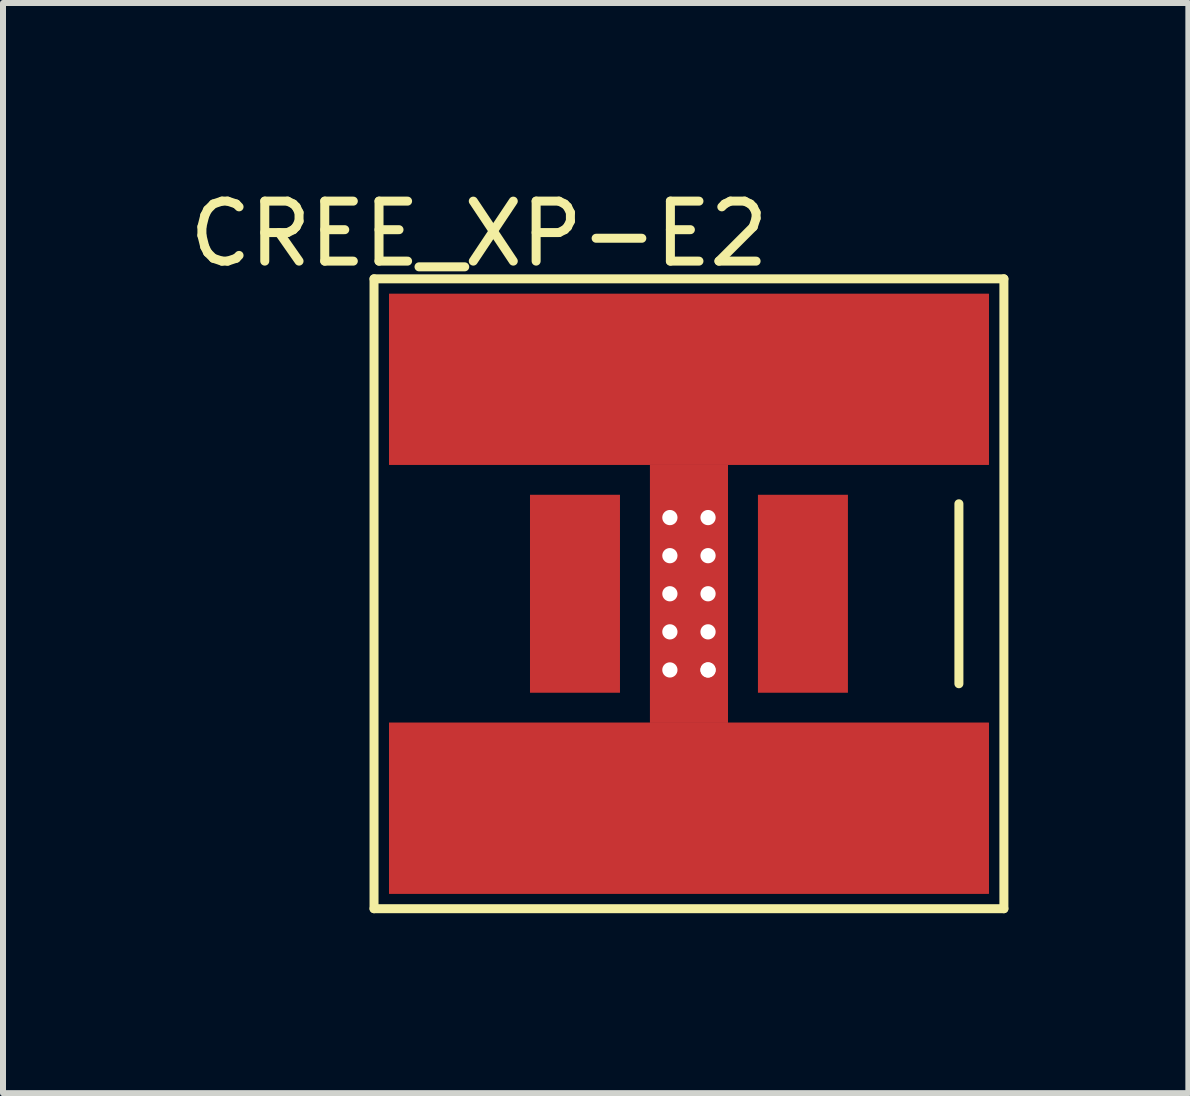
<source format=kicad_pcb>
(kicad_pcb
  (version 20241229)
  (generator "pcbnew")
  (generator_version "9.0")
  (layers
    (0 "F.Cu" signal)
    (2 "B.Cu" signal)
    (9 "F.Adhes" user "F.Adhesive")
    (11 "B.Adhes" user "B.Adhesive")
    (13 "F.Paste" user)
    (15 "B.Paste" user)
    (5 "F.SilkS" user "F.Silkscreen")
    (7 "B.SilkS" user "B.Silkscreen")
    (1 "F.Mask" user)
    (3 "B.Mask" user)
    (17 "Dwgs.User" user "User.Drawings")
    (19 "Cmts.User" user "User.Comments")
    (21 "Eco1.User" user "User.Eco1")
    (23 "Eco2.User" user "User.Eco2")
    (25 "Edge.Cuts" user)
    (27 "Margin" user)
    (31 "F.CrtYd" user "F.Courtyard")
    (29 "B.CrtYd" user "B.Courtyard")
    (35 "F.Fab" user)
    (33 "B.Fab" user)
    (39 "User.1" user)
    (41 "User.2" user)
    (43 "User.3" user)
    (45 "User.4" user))
  (footprint "CREE_XP-E2"
    (layer "F.Cu")
    (at 8.435 6.848)
    (property "Reference" "CREE_XP-E2" (at -3.5 -6 0) (layer "F.SilkS") (effects (font (size 1 1) (thickness 0.15))))
    (attr through_hole)
    (fp_line (start -5.25 -5.25) (end 5.25 -5.25) (stroke (width 0.15) (type solid)) (layer "F.SilkS"))
    (fp_line (start -5.25 5.25) (end -5.25 -5.25) (stroke (width 0.15) (type solid)) (layer "F.SilkS"))
    (fp_line (start 4.5 1.5) (end 4.5 -1.5) (stroke (width 0.15) (type solid)) (layer "F.SilkS"))
    (fp_line (start 5.25 -5.25) (end 5.25 5.25) (stroke (width 0.15) (type solid)) (layer "F.SilkS"))
    (fp_line (start 5.25 5.25) (end -5.25 5.25) (stroke (width 0.15) (type solid)) (layer "F.SilkS"))
    (pad "" np_thru_hole circle (at -0.318 -1.27) (size 0.254 0.254) (drill oval 0.254) (layers "*.Cu" "*.Mask"))
    (pad "" np_thru_hole circle (at -0.318 -0.635) (size 0.254 0.254) (drill oval 0.254) (layers "*.Cu" "*.Mask"))
    (pad "" np_thru_hole circle (at -0.318 0) (size 0.254 0.254) (drill oval 0.254) (layers "*.Cu" "*.Mask"))
    (pad "" np_thru_hole circle (at -0.318 0.635) (size 0.254 0.254) (drill oval 0.254) (layers "*.Cu" "*.Mask"))
    (pad "" np_thru_hole circle (at -0.318 1.27) (size 0.254 0.254) (drill oval 0.254) (layers "*.Cu" "*.Mask"))
    (pad "" np_thru_hole circle (at 0.318 -1.27) (size 0.254 0.254) (drill oval 0.254) (layers "*.Cu" "*.Mask"))
    (pad "" np_thru_hole circle (at 0.318 -0.635) (size 0.254 0.254) (drill oval 0.254) (layers "*.Cu" "*.Mask"))
    (pad "" np_thru_hole circle (at 0.318 0) (size 0.254 0.254) (drill oval 0.254) (layers "*.Cu" "*.Mask"))
    (pad "" np_thru_hole circle (at 0.318 0.635) (size 0.254 0.254) (drill oval 0.254) (layers "*.Cu" "*.Mask"))
    (pad "" np_thru_hole circle (at 0.318 1.27) (size 0.254 0.254) (drill oval 0.254) (layers "*.Cu" "*.Mask"))
    (pad "" np_thru_hole circle (at 0.318 1.27) (size 0.254 0.254) (drill oval 0.254) (layers "*.Cu" "*.Mask"))
    (pad "1" smd rect (at 1.9 0) (size 1.5 3.3) (layers "F.Cu" "F.Mask" "F.Paste"))
    (pad "2" smd rect (at -1.9 0) (size 1.5 3.3) (layers "F.Cu" "F.Mask" "F.Paste"))
    (pad "3" smd rect (at 0 -3.575 90) (size 2.85 10) (layers "F.Cu" "F.Mask" "F.Paste"))
    (pad "3" smd rect (at 0 -3.575 90) (size 2.85 10) (layers "F.Cu" "B.Mask" "B.Paste"))
    (pad "3" smd rect (at 0 0) (size 1.3 4.3) (layers "F.Cu" "F.Mask" "F.Paste"))
    (pad "3" smd rect (at 0 0) (size 1.3 4.3) (layers "F.Cu" "B.Mask" "B.Paste"))
    (pad "3" smd rect (at 0 3.575 90) (size 2.85 10) (layers "F.Cu" "F.Mask" "F.Paste"))
    (pad "3" smd rect (at 0 3.575 90) (size 2.85 10) (layers "F.Cu" "B.Mask" "B.Paste")))
  (gr_rect
    (start -3 -3)
    (end 16.76 15.173)
    (stroke (width 0.1) (type default))
    (fill no)
    (layer "Edge.Cuts")))
</source>
